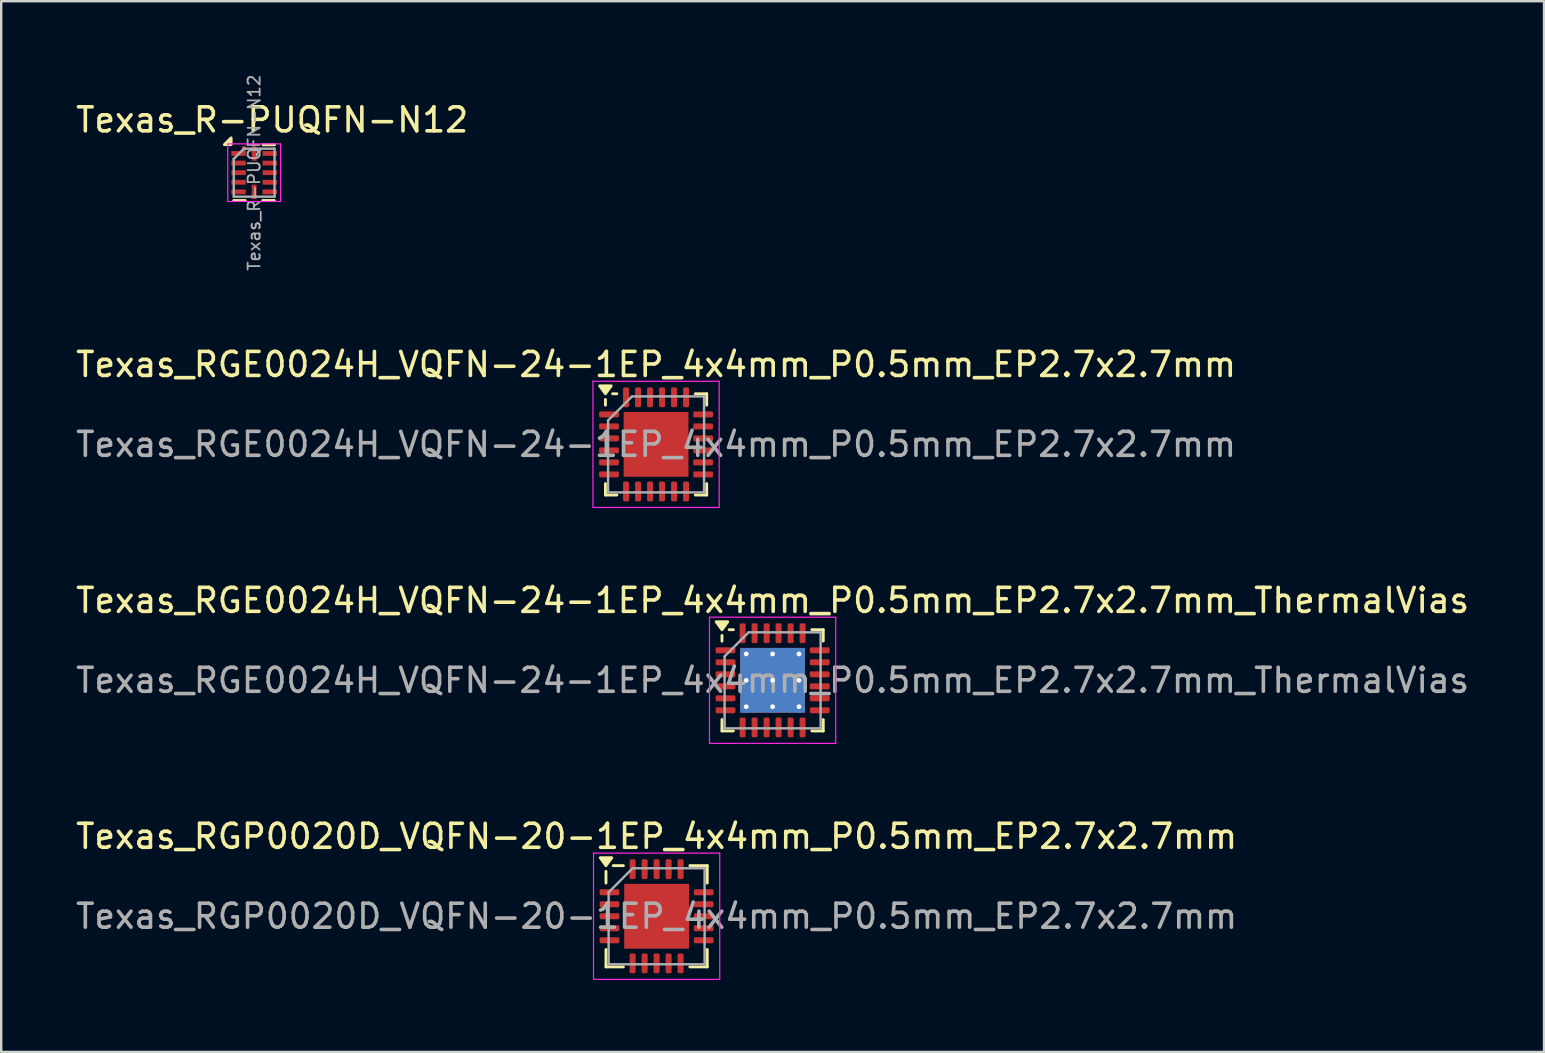
<source format=kicad_pcb>
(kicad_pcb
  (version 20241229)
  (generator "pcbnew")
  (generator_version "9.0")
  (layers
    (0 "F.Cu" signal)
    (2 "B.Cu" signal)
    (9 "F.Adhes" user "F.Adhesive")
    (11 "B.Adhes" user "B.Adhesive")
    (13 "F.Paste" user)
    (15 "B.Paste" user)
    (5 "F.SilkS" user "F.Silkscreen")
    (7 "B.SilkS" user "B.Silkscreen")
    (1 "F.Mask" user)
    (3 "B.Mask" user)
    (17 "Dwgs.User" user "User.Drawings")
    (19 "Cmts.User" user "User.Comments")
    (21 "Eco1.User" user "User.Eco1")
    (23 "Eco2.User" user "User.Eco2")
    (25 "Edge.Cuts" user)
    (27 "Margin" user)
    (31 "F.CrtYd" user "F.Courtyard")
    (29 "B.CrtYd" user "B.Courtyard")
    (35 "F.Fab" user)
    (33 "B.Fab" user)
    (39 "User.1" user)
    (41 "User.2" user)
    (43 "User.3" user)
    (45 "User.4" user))
  (footprint "Texas_RGP0020D_VQFN-20-1EP_4x4mm_P0.5mm_EP2.7x2.7mm"
    (layer "F.Cu")
    (at 24.315 35.136)
    (property "Reference" "Texas_RGP0020D_VQFN-20-1EP_4x4mm_P0.5mm_EP2.7x2.7mm" (at 0 -3.33 0) (layer "F.SilkS") (effects (font (size 1 1) (thickness 0.15))))
    (attr smd)
    (fp_line (start -2.11 -1.385) (end -2.11 -1.87) (stroke (width 0.12) (type solid)) (layer "F.SilkS"))
    (fp_line (start -2.11 2.11) (end -2.11 1.385) (stroke (width 0.12) (type solid)) (layer "F.SilkS"))
    (fp_line (start -1.385 -2.11) (end -1.81 -2.11) (stroke (width 0.12) (type solid)) (layer "F.SilkS"))
    (fp_line (start -1.385 2.11) (end -2.11 2.11) (stroke (width 0.12) (type solid)) (layer "F.SilkS"))
    (fp_line (start 1.385 -2.11) (end 2.11 -2.11) (stroke (width 0.12) (type solid)) (layer "F.SilkS"))
    (fp_line (start 1.385 2.11) (end 2.11 2.11) (stroke (width 0.12) (type solid)) (layer "F.SilkS"))
    (fp_line (start 2.11 -2.11) (end 2.11 -1.385) (stroke (width 0.12) (type solid)) (layer "F.SilkS"))
    (fp_line (start 2.11 2.11) (end 2.11 1.385) (stroke (width 0.12) (type solid)) (layer "F.SilkS"))
    (fp_poly (pts (xy -2.11 -2.11) (xy -2.35 -2.44) (xy -1.87 -2.44) (xy -2.11 -2.11)) (stroke (width 0.12) (type solid)) (fill yes) (layer "F.SilkS"))
    (fp_line (start -2.63 -2.63) (end -2.63 2.63) (stroke (width 0.05) (type solid)) (layer "F.CrtYd"))
    (fp_line (start -2.63 2.63) (end 2.63 2.63) (stroke (width 0.05) (type solid)) (layer "F.CrtYd"))
    (fp_line (start 2.63 -2.63) (end -2.63 -2.63) (stroke (width 0.05) (type solid)) (layer "F.CrtYd"))
    (fp_line (start 2.63 2.63) (end 2.63 -2.63) (stroke (width 0.05) (type solid)) (layer "F.CrtYd"))
    (fp_line (start -2 -1) (end -1 -2) (stroke (width 0.1) (type solid)) (layer "F.Fab"))
    (fp_line (start -2 2) (end -2 -1) (stroke (width 0.1) (type solid)) (layer "F.Fab"))
    (fp_line (start -1 -2) (end 2 -2) (stroke (width 0.1) (type solid)) (layer "F.Fab"))
    (fp_line (start 2 -2) (end 2 2) (stroke (width 0.1) (type solid)) (layer "F.Fab"))
    (fp_line (start 2 2) (end -2 2) (stroke (width 0.1) (type solid)) (layer "F.Fab"))
    (fp_text user "${REFERENCE}" (at 0 0 0) (layer "F.Fab") (effects (font (size 1 1) (thickness 0.15))))
    (pad "" smd roundrect (at -0.675 -0.675) (size 1.09 1.09) (layers "F.Paste") (roundrect_rratio 0.229))
    (pad "" smd roundrect (at -0.675 0.675) (size 1.09 1.09) (layers "F.Paste") (roundrect_rratio 0.229))
    (pad "" smd roundrect (at 0.675 -0.675) (size 1.09 1.09) (layers "F.Paste") (roundrect_rratio 0.229))
    (pad "" smd roundrect (at 0.675 0.675) (size 1.09 1.09) (layers "F.Paste") (roundrect_rratio 0.229))
    (pad "1" smd roundrect (at -1.962 -1) (size 0.825 0.25) (layers "F.Cu" "F.Mask" "F.Paste") (roundrect_rratio 0.25))
    (pad "2" smd roundrect (at -1.962 -0.5) (size 0.825 0.25) (layers "F.Cu" "F.Mask" "F.Paste") (roundrect_rratio 0.25))
    (pad "3" smd roundrect (at -1.962 0) (size 0.825 0.25) (layers "F.Cu" "F.Mask" "F.Paste") (roundrect_rratio 0.25))
    (pad "4" smd roundrect (at -1.962 0.5) (size 0.825 0.25) (layers "F.Cu" "F.Mask" "F.Paste") (roundrect_rratio 0.25))
    (pad "5" smd roundrect (at -1.962 1) (size 0.825 0.25) (layers "F.Cu" "F.Mask" "F.Paste") (roundrect_rratio 0.25))
    (pad "6" smd roundrect (at -1 1.962) (size 0.25 0.825) (layers "F.Cu" "F.Mask" "F.Paste") (roundrect_rratio 0.25))
    (pad "7" smd roundrect (at -0.5 1.962) (size 0.25 0.825) (layers "F.Cu" "F.Mask" "F.Paste") (roundrect_rratio 0.25))
    (pad "8" smd roundrect (at 0 1.962) (size 0.25 0.825) (layers "F.Cu" "F.Mask" "F.Paste") (roundrect_rratio 0.25))
    (pad "9" smd roundrect (at 0.5 1.962) (size 0.25 0.825) (layers "F.Cu" "F.Mask" "F.Paste") (roundrect_rratio 0.25))
    (pad "10" smd roundrect (at 1 1.962) (size 0.25 0.825) (layers "F.Cu" "F.Mask" "F.Paste") (roundrect_rratio 0.25))
    (pad "11" smd roundrect (at 1.962 1) (size 0.825 0.25) (layers "F.Cu" "F.Mask" "F.Paste") (roundrect_rratio 0.25))
    (pad "12" smd roundrect (at 1.962 0.5) (size 0.825 0.25) (layers "F.Cu" "F.Mask" "F.Paste") (roundrect_rratio 0.25))
    (pad "13" smd roundrect (at 1.962 0) (size 0.825 0.25) (layers "F.Cu" "F.Mask" "F.Paste") (roundrect_rratio 0.25))
    (pad "14" smd roundrect (at 1.962 -0.5) (size 0.825 0.25) (layers "F.Cu" "F.Mask" "F.Paste") (roundrect_rratio 0.25))
    (pad "15" smd roundrect (at 1.962 -1) (size 0.825 0.25) (layers "F.Cu" "F.Mask" "F.Paste") (roundrect_rratio 0.25))
    (pad "16" smd roundrect (at 1 -1.962) (size 0.25 0.825) (layers "F.Cu" "F.Mask" "F.Paste") (roundrect_rratio 0.25))
    (pad "17" smd roundrect (at 0.5 -1.962) (size 0.25 0.825) (layers "F.Cu" "F.Mask" "F.Paste") (roundrect_rratio 0.25))
    (pad "18" smd roundrect (at 0 -1.962) (size 0.25 0.825) (layers "F.Cu" "F.Mask" "F.Paste") (roundrect_rratio 0.25))
    (pad "19" smd roundrect (at -0.5 -1.962) (size 0.25 0.825) (layers "F.Cu" "F.Mask" "F.Paste") (roundrect_rratio 0.25))
    (pad "20" smd roundrect (at -1 -1.962) (size 0.25 0.825) (layers "F.Cu" "F.Mask" "F.Paste") (roundrect_rratio 0.25))
    (pad "21" smd rect (at 0 0) (size 2.7 2.7) (property pad_prop_heatsink) (layers "F.Cu" "F.Mask")))
  (footprint "Texas_RGE0024H_VQFN-24-1EP_4x4mm_P0.5mm_EP2.7x2.7mm"
    (layer "F.Cu")
    (at 24.292 15.47)
    (property "Reference" "Texas_RGE0024H_VQFN-24-1EP_4x4mm_P0.5mm_EP2.7x2.7mm" (at 0 -3.33 0) (layer "F.SilkS") (effects (font (size 1 1) (thickness 0.15))))
    (attr smd)
    (fp_line (start -2.11 -1.635) (end -2.11 -1.87) (stroke (width 0.12) (type solid)) (layer "F.SilkS"))
    (fp_line (start -2.11 2.11) (end -2.11 1.635) (stroke (width 0.12) (type solid)) (layer "F.SilkS"))
    (fp_line (start -1.635 -2.11) (end -1.81 -2.11) (stroke (width 0.12) (type solid)) (layer "F.SilkS"))
    (fp_line (start -1.635 2.11) (end -2.11 2.11) (stroke (width 0.12) (type solid)) (layer "F.SilkS"))
    (fp_line (start 1.635 -2.11) (end 2.11 -2.11) (stroke (width 0.12) (type solid)) (layer "F.SilkS"))
    (fp_line (start 1.635 2.11) (end 2.11 2.11) (stroke (width 0.12) (type solid)) (layer "F.SilkS"))
    (fp_line (start 2.11 -2.11) (end 2.11 -1.635) (stroke (width 0.12) (type solid)) (layer "F.SilkS"))
    (fp_line (start 2.11 2.11) (end 2.11 1.635) (stroke (width 0.12) (type solid)) (layer "F.SilkS"))
    (fp_poly (pts (xy -2.11 -2.11) (xy -2.35 -2.44) (xy -1.87 -2.44) (xy -2.11 -2.11)) (stroke (width 0.12) (type solid)) (fill yes) (layer "F.SilkS"))
    (fp_line (start -2.63 -2.63) (end -2.63 2.63) (stroke (width 0.05) (type solid)) (layer "F.CrtYd"))
    (fp_line (start -2.63 2.63) (end 2.63 2.63) (stroke (width 0.05) (type solid)) (layer "F.CrtYd"))
    (fp_line (start 2.63 -2.63) (end -2.63 -2.63) (stroke (width 0.05) (type solid)) (layer "F.CrtYd"))
    (fp_line (start 2.63 2.63) (end 2.63 -2.63) (stroke (width 0.05) (type solid)) (layer "F.CrtYd"))
    (fp_line (start -2 -1) (end -1 -2) (stroke (width 0.1) (type solid)) (layer "F.Fab"))
    (fp_line (start -2 2) (end -2 -1) (stroke (width 0.1) (type solid)) (layer "F.Fab"))
    (fp_line (start -1 -2) (end 2 -2) (stroke (width 0.1) (type solid)) (layer "F.Fab"))
    (fp_line (start 2 -2) (end 2 2) (stroke (width 0.1) (type solid)) (layer "F.Fab"))
    (fp_line (start 2 2) (end -2 2) (stroke (width 0.1) (type solid)) (layer "F.Fab"))
    (fp_text user "${REFERENCE}" (at 0 0 0) (layer "F.Fab") (effects (font (size 1 1) (thickness 0.15))))
    (pad "" smd roundrect (at -0.675 -0.675) (size 1.09 1.09) (layers "F.Paste") (roundrect_rratio 0.229))
    (pad "" smd roundrect (at -0.675 0.675) (size 1.09 1.09) (layers "F.Paste") (roundrect_rratio 0.229))
    (pad "" smd roundrect (at 0.675 -0.675) (size 1.09 1.09) (layers "F.Paste") (roundrect_rratio 0.229))
    (pad "" smd roundrect (at 0.675 0.675) (size 1.09 1.09) (layers "F.Paste") (roundrect_rratio 0.229))
    (pad "1" smd roundrect (at -1.962 -1.25) (size 0.825 0.25) (layers "F.Cu" "F.Mask" "F.Paste") (roundrect_rratio 0.25))
    (pad "2" smd roundrect (at -1.962 -0.75) (size 0.825 0.25) (layers "F.Cu" "F.Mask" "F.Paste") (roundrect_rratio 0.25))
    (pad "3" smd roundrect (at -1.962 -0.25) (size 0.825 0.25) (layers "F.Cu" "F.Mask" "F.Paste") (roundrect_rratio 0.25))
    (pad "4" smd roundrect (at -1.962 0.25) (size 0.825 0.25) (layers "F.Cu" "F.Mask" "F.Paste") (roundrect_rratio 0.25))
    (pad "5" smd roundrect (at -1.962 0.75) (size 0.825 0.25) (layers "F.Cu" "F.Mask" "F.Paste") (roundrect_rratio 0.25))
    (pad "6" smd roundrect (at -1.962 1.25) (size 0.825 0.25) (layers "F.Cu" "F.Mask" "F.Paste") (roundrect_rratio 0.25))
    (pad "7" smd roundrect (at -1.25 1.962) (size 0.25 0.825) (layers "F.Cu" "F.Mask" "F.Paste") (roundrect_rratio 0.25))
    (pad "8" smd roundrect (at -0.75 1.962) (size 0.25 0.825) (layers "F.Cu" "F.Mask" "F.Paste") (roundrect_rratio 0.25))
    (pad "9" smd roundrect (at -0.25 1.962) (size 0.25 0.825) (layers "F.Cu" "F.Mask" "F.Paste") (roundrect_rratio 0.25))
    (pad "10" smd roundrect (at 0.25 1.962) (size 0.25 0.825) (layers "F.Cu" "F.Mask" "F.Paste") (roundrect_rratio 0.25))
    (pad "11" smd roundrect (at 0.75 1.962) (size 0.25 0.825) (layers "F.Cu" "F.Mask" "F.Paste") (roundrect_rratio 0.25))
    (pad "12" smd roundrect (at 1.25 1.962) (size 0.25 0.825) (layers "F.Cu" "F.Mask" "F.Paste") (roundrect_rratio 0.25))
    (pad "13" smd roundrect (at 1.962 1.25) (size 0.825 0.25) (layers "F.Cu" "F.Mask" "F.Paste") (roundrect_rratio 0.25))
    (pad "14" smd roundrect (at 1.962 0.75) (size 0.825 0.25) (layers "F.Cu" "F.Mask" "F.Paste") (roundrect_rratio 0.25))
    (pad "15" smd roundrect (at 1.962 0.25) (size 0.825 0.25) (layers "F.Cu" "F.Mask" "F.Paste") (roundrect_rratio 0.25))
    (pad "16" smd roundrect (at 1.962 -0.25) (size 0.825 0.25) (layers "F.Cu" "F.Mask" "F.Paste") (roundrect_rratio 0.25))
    (pad "17" smd roundrect (at 1.962 -0.75) (size 0.825 0.25) (layers "F.Cu" "F.Mask" "F.Paste") (roundrect_rratio 0.25))
    (pad "18" smd roundrect (at 1.962 -1.25) (size 0.825 0.25) (layers "F.Cu" "F.Mask" "F.Paste") (roundrect_rratio 0.25))
    (pad "19" smd roundrect (at 1.25 -1.962) (size 0.25 0.825) (layers "F.Cu" "F.Mask" "F.Paste") (roundrect_rratio 0.25))
    (pad "20" smd roundrect (at 0.75 -1.962) (size 0.25 0.825) (layers "F.Cu" "F.Mask" "F.Paste") (roundrect_rratio 0.25))
    (pad "21" smd roundrect (at 0.25 -1.962) (size 0.25 0.825) (layers "F.Cu" "F.Mask" "F.Paste") (roundrect_rratio 0.25))
    (pad "22" smd roundrect (at -0.25 -1.962) (size 0.25 0.825) (layers "F.Cu" "F.Mask" "F.Paste") (roundrect_rratio 0.25))
    (pad "23" smd roundrect (at -0.75 -1.962) (size 0.25 0.825) (layers "F.Cu" "F.Mask" "F.Paste") (roundrect_rratio 0.25))
    (pad "24" smd roundrect (at -1.25 -1.962) (size 0.25 0.825) (layers "F.Cu" "F.Mask" "F.Paste") (roundrect_rratio 0.25))
    (pad "25" smd rect (at 0 0) (size 2.7 2.7) (property pad_prop_heatsink) (layers "F.Cu" "F.Mask")))
  (footprint "Texas_RGE0024H_VQFN-24-1EP_4x4mm_P0.5mm_EP2.7x2.7mm_ThermalVias"
    (layer "F.Cu")
    (at 29.149 25.303)
    (property "Reference" "Texas_RGE0024H_VQFN-24-1EP_4x4mm_P0.5mm_EP2.7x2.7mm_ThermalVias" (at 0 -3.33 0) (layer "F.SilkS") (effects (font (size 1 1) (thickness 0.15))))
    (attr smd)
    (fp_line (start -2.11 -1.635) (end -2.11 -1.87) (stroke (width 0.12) (type solid)) (layer "F.SilkS"))
    (fp_line (start -2.11 2.11) (end -2.11 1.635) (stroke (width 0.12) (type solid)) (layer "F.SilkS"))
    (fp_line (start -1.635 -2.11) (end -1.81 -2.11) (stroke (width 0.12) (type solid)) (layer "F.SilkS"))
    (fp_line (start -1.635 2.11) (end -2.11 2.11) (stroke (width 0.12) (type solid)) (layer "F.SilkS"))
    (fp_line (start 1.635 -2.11) (end 2.11 -2.11) (stroke (width 0.12) (type solid)) (layer "F.SilkS"))
    (fp_line (start 1.635 2.11) (end 2.11 2.11) (stroke (width 0.12) (type solid)) (layer "F.SilkS"))
    (fp_line (start 2.11 -2.11) (end 2.11 -1.635) (stroke (width 0.12) (type solid)) (layer "F.SilkS"))
    (fp_line (start 2.11 2.11) (end 2.11 1.635) (stroke (width 0.12) (type solid)) (layer "F.SilkS"))
    (fp_poly (pts (xy -2.11 -2.11) (xy -2.35 -2.44) (xy -1.87 -2.44) (xy -2.11 -2.11)) (stroke (width 0.12) (type solid)) (fill yes) (layer "F.SilkS"))
    (fp_line (start -2.63 -2.63) (end -2.63 2.63) (stroke (width 0.05) (type solid)) (layer "F.CrtYd"))
    (fp_line (start -2.63 2.63) (end 2.63 2.63) (stroke (width 0.05) (type solid)) (layer "F.CrtYd"))
    (fp_line (start 2.63 -2.63) (end -2.63 -2.63) (stroke (width 0.05) (type solid)) (layer "F.CrtYd"))
    (fp_line (start 2.63 2.63) (end 2.63 -2.63) (stroke (width 0.05) (type solid)) (layer "F.CrtYd"))
    (fp_line (start -2 -1) (end -1 -2) (stroke (width 0.1) (type solid)) (layer "F.Fab"))
    (fp_line (start -2 2) (end -2 -1) (stroke (width 0.1) (type solid)) (layer "F.Fab"))
    (fp_line (start -1 -2) (end 2 -2) (stroke (width 0.1) (type solid)) (layer "F.Fab"))
    (fp_line (start 2 -2) (end 2 2) (stroke (width 0.1) (type solid)) (layer "F.Fab"))
    (fp_line (start 2 2) (end -2 2) (stroke (width 0.1) (type solid)) (layer "F.Fab"))
    (fp_text user "${REFERENCE}" (at 0 0 0) (layer "F.Fab") (effects (font (size 1 1) (thickness 0.15))))
    (pad "" smd roundrect (at -0.675 -0.675) (size 1.17 1.17) (layers "F.Paste") (roundrect_rratio 0.214))
    (pad "" smd roundrect (at -0.675 0.675) (size 1.17 1.17) (layers "F.Paste") (roundrect_rratio 0.214))
    (pad "" smd roundrect (at 0.675 -0.675) (size 1.17 1.17) (layers "F.Paste") (roundrect_rratio 0.214))
    (pad "" smd roundrect (at 0.675 0.675) (size 1.17 1.17) (layers "F.Paste") (roundrect_rratio 0.214))
    (pad "1" smd roundrect (at -1.962 -1.25) (size 0.825 0.25) (layers "F.Cu" "F.Mask" "F.Paste") (roundrect_rratio 0.25))
    (pad "2" smd roundrect (at -1.962 -0.75) (size 0.825 0.25) (layers "F.Cu" "F.Mask" "F.Paste") (roundrect_rratio 0.25))
    (pad "3" smd roundrect (at -1.962 -0.25) (size 0.825 0.25) (layers "F.Cu" "F.Mask" "F.Paste") (roundrect_rratio 0.25))
    (pad "4" smd roundrect (at -1.962 0.25) (size 0.825 0.25) (layers "F.Cu" "F.Mask" "F.Paste") (roundrect_rratio 0.25))
    (pad "5" smd roundrect (at -1.962 0.75) (size 0.825 0.25) (layers "F.Cu" "F.Mask" "F.Paste") (roundrect_rratio 0.25))
    (pad "6" smd roundrect (at -1.962 1.25) (size 0.825 0.25) (layers "F.Cu" "F.Mask" "F.Paste") (roundrect_rratio 0.25))
    (pad "7" smd roundrect (at -1.25 1.962) (size 0.25 0.825) (layers "F.Cu" "F.Mask" "F.Paste") (roundrect_rratio 0.25))
    (pad "8" smd roundrect (at -0.75 1.962) (size 0.25 0.825) (layers "F.Cu" "F.Mask" "F.Paste") (roundrect_rratio 0.25))
    (pad "9" smd roundrect (at -0.25 1.962) (size 0.25 0.825) (layers "F.Cu" "F.Mask" "F.Paste") (roundrect_rratio 0.25))
    (pad "10" smd roundrect (at 0.25 1.962) (size 0.25 0.825) (layers "F.Cu" "F.Mask" "F.Paste") (roundrect_rratio 0.25))
    (pad "11" smd roundrect (at 0.75 1.962) (size 0.25 0.825) (layers "F.Cu" "F.Mask" "F.Paste") (roundrect_rratio 0.25))
    (pad "12" smd roundrect (at 1.25 1.962) (size 0.25 0.825) (layers "F.Cu" "F.Mask" "F.Paste") (roundrect_rratio 0.25))
    (pad "13" smd roundrect (at 1.962 1.25) (size 0.825 0.25) (layers "F.Cu" "F.Mask" "F.Paste") (roundrect_rratio 0.25))
    (pad "14" smd roundrect (at 1.962 0.75) (size 0.825 0.25) (layers "F.Cu" "F.Mask" "F.Paste") (roundrect_rratio 0.25))
    (pad "15" smd roundrect (at 1.962 0.25) (size 0.825 0.25) (layers "F.Cu" "F.Mask" "F.Paste") (roundrect_rratio 0.25))
    (pad "16" smd roundrect (at 1.962 -0.25) (size 0.825 0.25) (layers "F.Cu" "F.Mask" "F.Paste") (roundrect_rratio 0.25))
    (pad "17" smd roundrect (at 1.962 -0.75) (size 0.825 0.25) (layers "F.Cu" "F.Mask" "F.Paste") (roundrect_rratio 0.25))
    (pad "18" smd roundrect (at 1.962 -1.25) (size 0.825 0.25) (layers "F.Cu" "F.Mask" "F.Paste") (roundrect_rratio 0.25))
    (pad "19" smd roundrect (at 1.25 -1.962) (size 0.25 0.825) (layers "F.Cu" "F.Mask" "F.Paste") (roundrect_rratio 0.25))
    (pad "20" smd roundrect (at 0.75 -1.962) (size 0.25 0.825) (layers "F.Cu" "F.Mask" "F.Paste") (roundrect_rratio 0.25))
    (pad "21" smd roundrect (at 0.25 -1.962) (size 0.25 0.825) (layers "F.Cu" "F.Mask" "F.Paste") (roundrect_rratio 0.25))
    (pad "22" smd roundrect (at -0.25 -1.962) (size 0.25 0.825) (layers "F.Cu" "F.Mask" "F.Paste") (roundrect_rratio 0.25))
    (pad "23" smd roundrect (at -0.75 -1.962) (size 0.25 0.825) (layers "F.Cu" "F.Mask" "F.Paste") (roundrect_rratio 0.25))
    (pad "24" smd roundrect (at -1.25 -1.962) (size 0.25 0.825) (layers "F.Cu" "F.Mask" "F.Paste") (roundrect_rratio 0.25))
    (pad "25" thru_hole circle (at -1.1 -1.1) (size 0.5 0.5) (drill 0.2) (property pad_prop_heatsink) (layers "*.Cu"))
    (pad "25" thru_hole circle (at -1.1 0) (size 0.5 0.5) (drill 0.2) (property pad_prop_heatsink) (layers "*.Cu"))
    (pad "25" thru_hole circle (at -1.1 1.1) (size 0.5 0.5) (drill 0.2) (property pad_prop_heatsink) (layers "*.Cu"))
    (pad "25" thru_hole circle (at 0 -1.1) (size 0.5 0.5) (drill 0.2) (property pad_prop_heatsink) (layers "*.Cu"))
    (pad "25" thru_hole circle (at 0 0) (size 0.5 0.5) (drill 0.2) (property pad_prop_heatsink) (layers "*.Cu"))
    (pad "25" smd rect (at 0 0) (size 2.7 2.7) (property pad_prop_heatsink) (layers "F.Cu" "F.Mask"))
    (pad "25" smd rect (at 0 0) (size 2.7 2.7) (property pad_prop_heatsink) (layers "B.Cu"))
    (pad "25" thru_hole circle (at 0 1.1) (size 0.5 0.5) (drill 0.2) (property pad_prop_heatsink) (layers "*.Cu"))
    (pad "25" thru_hole circle (at 1.1 -1.1) (size 0.5 0.5) (drill 0.2) (property pad_prop_heatsink) (layers "*.Cu"))
    (pad "25" thru_hole circle (at 1.1 0) (size 0.5 0.5) (drill 0.2) (property pad_prop_heatsink) (layers "*.Cu"))
    (pad "25" thru_hole circle (at 1.1 1.1) (size 0.5 0.5) (drill 0.2) (property pad_prop_heatsink) (layers "*.Cu")))
  (footprint "Texas_R-PUQFN-N12"
    (layer "F.Cu")
    (at 7.542 4.146)
    (property "Reference" "Texas_R-PUQFN-N12" (at 0.75 -2.2 0) (layer "F.SilkS") (effects (font (size 1 1) (thickness 0.15))))
    (attr smd)
    (fp_line (start -0.37 1.16) (end -0.85 1.16) (stroke (width 0.12) (type solid)) (layer "F.SilkS"))
    (fp_line (start 0.84 1.16) (end 0.36 1.16) (stroke (width 0.12) (type solid)) (layer "F.SilkS"))
    (fp_line (start 0.85 -1.16) (end 0.37 -1.16) (stroke (width 0.12) (type solid)) (layer "F.SilkS"))
    (fp_poly (pts (xy -0.96 -1.17) (xy -1.24 -1.17) (xy -0.96 -1.45) (xy -0.96 -1.17)) (stroke (width 0.12) (type solid)) (fill yes) (layer "F.SilkS"))
    (fp_line (start -1.1 -1.2) (end 1.1 -1.2) (stroke (width 0.05) (type solid)) (layer "F.CrtYd"))
    (fp_line (start -1.1 1.2) (end -1.1 -1.2) (stroke (width 0.05) (type solid)) (layer "F.CrtYd"))
    (fp_line (start 1.1 -1.2) (end 1.1 1.2) (stroke (width 0.05) (type solid)) (layer "F.CrtYd"))
    (fp_line (start 1.1 1.2) (end -1.1 1.2) (stroke (width 0.05) (type solid)) (layer "F.CrtYd"))
    (fp_line (start -0.85 1) (end -0.85 -0.575) (stroke (width 0.1) (type solid)) (layer "F.Fab"))
    (fp_line (start -0.425 -1) (end -0.85 -0.575) (stroke (width 0.1) (type solid)) (layer "F.Fab"))
    (fp_line (start -0.425 -1) (end 0.85 -1) (stroke (width 0.1) (type solid)) (layer "F.Fab"))
    (fp_line (start 0.85 -1) (end 0.85 1) (stroke (width 0.1) (type solid)) (layer "F.Fab"))
    (fp_line (start 0.85 1) (end -0.85 1) (stroke (width 0.1) (type solid)) (layer "F.Fab"))
    (fp_text user "${REFERENCE}" (at 0 0 90) (layer "F.Fab") (effects (font (size 0.5 0.5) (thickness 0.075))))
    (pad "1" smd rect (at -0.65 -0.8 270) (size 0.2 0.6) (layers "F.Cu" "F.Mask" "F.Paste"))
    (pad "1" smd rect (at -0.425 -0.975) (size 0.15 0.25) (layers "F.Cu" "F.Mask" "F.Paste"))
    (pad "2" smd rect (at -0.65 -0.4 270) (size 0.2 0.6) (layers "F.Cu" "F.Mask" "F.Paste"))
    (pad "3" smd rect (at -0.65 0 270) (size 0.2 0.6) (layers "F.Cu" "F.Mask" "F.Paste"))
    (pad "4" smd rect (at -0.65 0.4 270) (size 0.2 0.6) (layers "F.Cu" "F.Mask" "F.Paste"))
    (pad "5" smd rect (at -0.65 0.8 270) (size 0.2 0.6) (layers "F.Cu" "F.Mask" "F.Paste"))
    (pad "6" smd rect (at 0 0.8 270) (size 0.6 0.2) (layers "F.Cu" "F.Mask" "F.Paste"))
    (pad "7" smd rect (at 0.65 0.8 270) (size 0.2 0.6) (layers "F.Cu" "F.Mask" "F.Paste"))
    (pad "8" smd rect (at 0.65 0.4 270) (size 0.2 0.6) (layers "F.Cu" "F.Mask" "F.Paste"))
    (pad "9" smd rect (at 0.65 0 270) (size 0.2 0.6) (layers "F.Cu" "F.Mask" "F.Paste"))
    (pad "10" smd rect (at 0.65 -0.4 270) (size 0.2 0.6) (layers "F.Cu" "F.Mask" "F.Paste"))
    (pad "11" smd rect (at 0.65 -0.8 270) (size 0.2 0.6) (layers "F.Cu" "F.Mask" "F.Paste"))
    (pad "12" smd rect (at 0 -0.8 270) (size 0.6 0.2) (layers "F.Cu" "F.Mask" "F.Paste")))
  (gr_rect
    (start -3 -3)
    (end 61.298 40.791)
    (stroke (width 0.1) (type default))
    (fill no)
    (layer "Edge.Cuts")))
</source>
